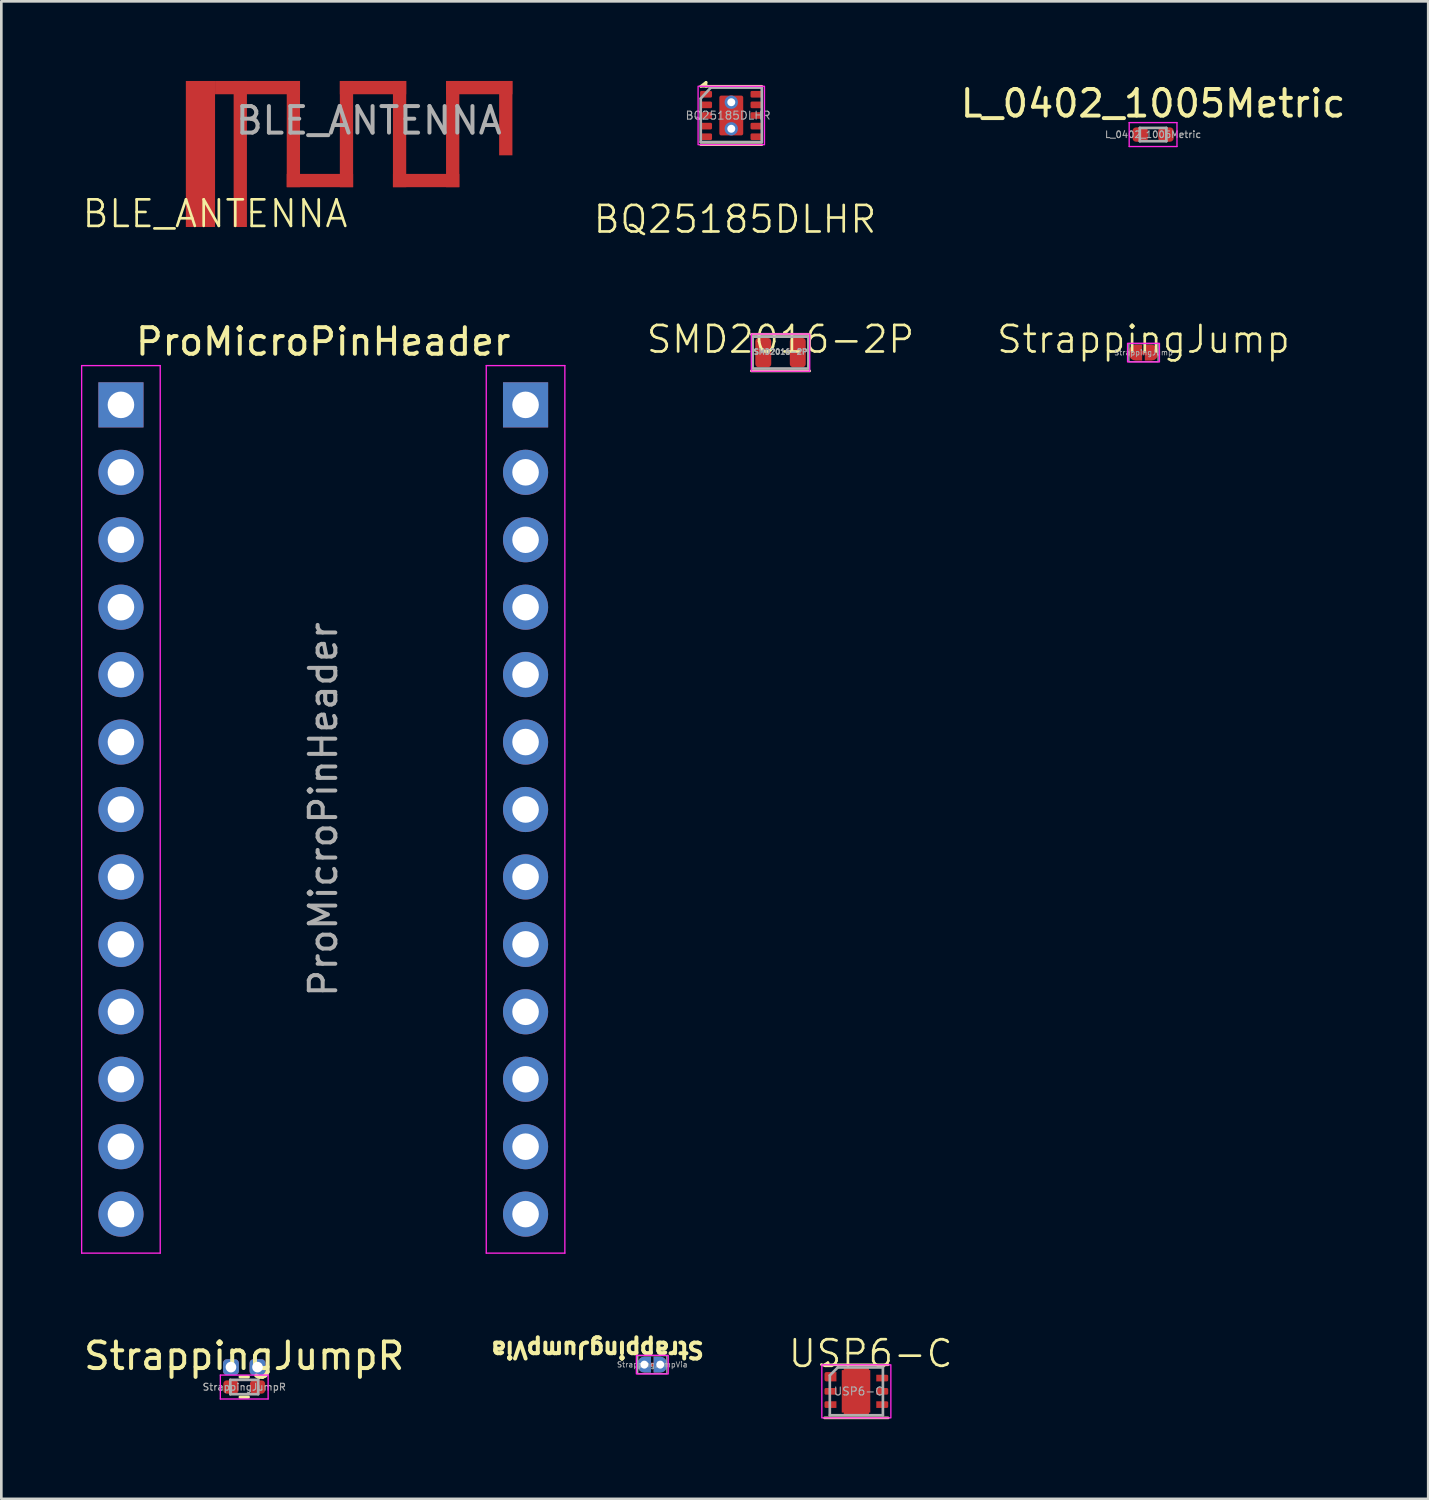
<source format=kicad_pcb>
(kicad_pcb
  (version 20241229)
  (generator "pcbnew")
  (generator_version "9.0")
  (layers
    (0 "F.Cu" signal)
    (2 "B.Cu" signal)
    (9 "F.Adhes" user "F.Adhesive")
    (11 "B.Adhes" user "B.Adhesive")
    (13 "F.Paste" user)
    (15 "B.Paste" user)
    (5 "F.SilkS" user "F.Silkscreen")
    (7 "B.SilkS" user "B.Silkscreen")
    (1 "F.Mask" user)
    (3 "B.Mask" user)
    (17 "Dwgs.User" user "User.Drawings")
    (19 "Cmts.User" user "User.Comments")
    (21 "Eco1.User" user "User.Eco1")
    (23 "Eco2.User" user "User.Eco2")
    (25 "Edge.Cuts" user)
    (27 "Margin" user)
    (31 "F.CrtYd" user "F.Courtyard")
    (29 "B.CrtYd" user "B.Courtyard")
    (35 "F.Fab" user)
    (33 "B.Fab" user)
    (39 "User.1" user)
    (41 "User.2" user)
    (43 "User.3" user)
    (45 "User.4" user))
  (footprint "SMD2016-2P"
    (layer "F.Cu")
    (at 26.348 10.231)
    (property "Reference" "SMD2016-2P" (at 0 -0.5 0) (unlocked yes) (layer "F.SilkS") (effects (font (size 1 1) (thickness 0.1))))
    (attr smd)
    (fp_line (start -1.1 -0.69) (end 1.1 -0.69) (stroke (width 0.1) (type default)) (layer "F.SilkS"))
    (fp_line (start -1.1 0.69) (end 1.1 0.69) (stroke (width 0.1) (type default)) (layer "F.SilkS"))
    (fp_rect (start -1.1 -0.7) (end 1.1 0.7) (stroke (width 0.05) (type solid)) (fill no) (layer "F.CrtYd"))
    (fp_rect (start -1.05 -0.6) (end 1.05 0.6) (stroke (width 0.1) (type default)) (fill no) (layer "F.Fab"))
    (fp_text user "${REFERENCE}" (at 0 -0.03 0) (unlocked yes) (layer "F.Fab") (effects (font (size 0.2 0.2) (thickness 0.055))))
    (pad "1" smd roundrect (at -0.65 0) (size 0.6 1.1) (layers "F.Cu" "F.Mask" "F.Paste") (roundrect_rratio 0.2))
    (pad "2" smd roundrect (at 0.65 0) (size 0.6 1.1) (layers "F.Cu" "F.Mask" "F.Paste") (roundrect_rratio 0.2)))
  (footprint "USP6-C"
    (layer "F.Cu")
    (at 29.204 49.354)
    (property "Reference" "USP6-C" (at 0.54 -1.42 0) (unlocked yes) (layer "F.SilkS") (effects (font (size 1 1) (thickness 0.1))))
    (attr smd)
    (fp_line (start -1.2 -1) (end -1.07 -1.08) (stroke (width 0.1) (type default)) (layer "F.SilkS"))
    (fp_line (start -1.2 -1) (end 1.2 -1) (stroke (width 0.1) (type solid)) (layer "F.SilkS"))
    (fp_line (start -1.2 1) (end 1.2 1) (stroke (width 0.1) (type solid)) (layer "F.SilkS"))
    (fp_line (start -1.07 -1.08) (end -1.05 -1) (stroke (width 0.1) (type default)) (layer "F.SilkS"))
    (fp_rect (start -0.4 -0.6) (end 0.4 -0.3) (stroke (width 0.01) (type default)) (fill yes) (layer "F.Paste"))
    (fp_rect (start -0.4 0.3) (end 0.4 0.6) (stroke (width 0.01) (type default)) (fill yes) (layer "F.Paste"))
    (fp_rect (start -0.25 -0.7) (end 0.25 -0.6) (stroke (width 0.01) (type default)) (fill yes) (layer "F.Paste"))
    (fp_rect (start -0.25 0.6) (end 0.25 0.7) (stroke (width 0.01) (type default)) (fill yes) (layer "F.Paste"))
    (fp_rect (start -1.3 -1) (end 1.3 1) (stroke (width 0.05) (type default)) (fill no) (layer "F.CrtYd"))
    (fp_line (start -1 0.9) (end -1 -0.6) (stroke (width 0.1) (type solid)) (layer "F.Fab"))
    (fp_line (start -1 0.9) (end 1 0.9) (stroke (width 0.1) (type solid)) (layer "F.Fab"))
    (fp_line (start -0.7 -0.9) (end -1 -0.6) (stroke (width 0.1) (type default)) (layer "F.Fab"))
    (fp_line (start -0.7 -0.9) (end 1 -0.9) (stroke (width 0.1) (type solid)) (layer "F.Fab"))
    (fp_line (start 1 0.9) (end 1 -0.9) (stroke (width 0.1) (type default)) (layer "F.Fab"))
    (fp_text user "${REFERENCE}" (at 0.08 0 0) (unlocked yes) (layer "F.Fab") (effects (font (size 0.3 0.3) (thickness 0.04))))
    (pad "" smd rect (at -0.925 -0.55) (size 0.35 0.35) (layers "F.Paste"))
    (pad "" smd rect (at -0.925 0) (size 0.35 0.25) (layers "F.Paste"))
    (pad "" smd rect (at -0.925 0.5) (size 0.35 0.25) (layers "F.Paste"))
    (pad "" smd rect (at 0.925 -0.5) (size 0.35 0.25) (layers "F.Paste"))
    (pad "" smd rect (at 0.925 0) (size 0.35 0.25) (layers "F.Paste"))
    (pad "" smd rect (at 0.925 0.5) (size 0.35 0.25) (layers "F.Paste"))
    (pad "1" smd roundrect (at -0.975 -0.55) (size 0.45 0.35) (layers "F.Cu" "F.Mask") (roundrect_rratio 0.2) (chamfer_ratio 0) (chamfer top_right bottom_right))
    (pad "2" smd roundrect (at -0.975 0) (size 0.45 0.25) (layers "F.Cu" "F.Mask") (roundrect_rratio 0.2) (chamfer_ratio 0) (chamfer top_right bottom_right))
    (pad "3" smd roundrect (at -0.975 0.5) (size 0.45 0.25) (layers "F.Cu" "F.Mask") (roundrect_rratio 0.2) (chamfer_ratio 0) (chamfer top_right bottom_right))
    (pad "4" smd roundrect (at 0.975 0.5) (size 0.45 0.25) (layers "F.Cu" "F.Mask") (roundrect_rratio 0.2) (chamfer_ratio 0) (chamfer top_left bottom_left))
    (pad "5" smd roundrect (at 0.975 0) (size 0.45 0.25) (layers "F.Cu" "F.Mask") (roundrect_rratio 0.2) (chamfer_ratio 0) (chamfer top_left bottom_left))
    (pad "6" smd roundrect (at 0.975 -0.5) (size 0.45 0.25) (layers "F.Cu" "F.Mask") (roundrect_rratio 0.2) (chamfer_ratio 0) (chamfer top_left bottom_left))
    (pad "EP" smd rect (at -0.5 0) (size 0.1 1.6) (layers "F.Cu" "F.Mask"))
    (pad "EP" smd rect (at 0 0) (size 0.95 1.8) (layers "F.Cu" "F.Mask"))
    (pad "EP" smd rect (at 0.475 0) (size 0.1 1.6) (layers "F.Cu" "F.Mask")))
  (footprint "StrappingJump"
    (layer "F.Cu")
    (at 40.019 10.231)
    (property "Reference" "StrappingJump" (at 0 -0.5 0) (unlocked yes) (layer "F.SilkS") (effects (font (size 1 1) (thickness 0.1))))
    (attr smd)
    (fp_line (start -0.21 0) (end 0.21 0) (stroke (width 0.15) (type default)) (layer "F.Cu"))
    (fp_rect (start -0.6 -0.35) (end 0.6 0.35) (stroke (width 0.05) (type default)) (fill no) (layer "F.CrtYd"))
    (fp_rect (start -0.55 -0.34) (end 0.55 0.34) (stroke (width 0.05) (type default)) (fill no) (layer "F.Fab"))
    (fp_text user "${REFERENCE}" (at 0 0 0) (unlocked yes) (layer "F.Fab") (effects (font (size 0.2 0.2) (thickness 0.03))))
    (pad "1" smd roundrect (at -0.3 0) (size 0.5 0.6) (layers "F.Cu" "F.Mask") (roundrect_rratio 0.5) (chamfer_ratio 0) (chamfer top_right bottom_right))
    (pad "2" smd roundrect (at 0.3 0) (size 0.5 0.6) (layers "F.Cu" "F.Mask") (roundrect_rratio 0.5) (chamfer_ratio 0) (chamfer top_left bottom_left)))
  (footprint "StrappingJumpR"
    (layer "F.Cu")
    (at 6.149 49.192)
    (property "Reference" "StrappingJumpR" (at 0 -1.17 0) (layer "F.SilkS") (effects (font (size 1 1) (thickness 0.15))))
    (attr smd)
    (fp_line (start -0.154 -0.38) (end 0.154 -0.38) (stroke (width 0.12) (type solid)) (layer "F.SilkS"))
    (fp_line (start -0.154 0.38) (end 0.154 0.38) (stroke (width 0.12) (type solid)) (layer "F.SilkS"))
    (fp_line (start -0.9 -0.45) (end 0.9 -0.45) (stroke (width 0.05) (type solid)) (layer "F.CrtYd"))
    (fp_line (start -0.9 0.45) (end -0.9 -0.45) (stroke (width 0.05) (type solid)) (layer "F.CrtYd"))
    (fp_line (start 0.9 -0.45) (end 0.9 0.45) (stroke (width 0.05) (type solid)) (layer "F.CrtYd"))
    (fp_line (start 0.9 0.45) (end -0.9 0.45) (stroke (width 0.05) (type solid)) (layer "F.CrtYd"))
    (fp_line (start -0.525 -0.27) (end 0.525 -0.27) (stroke (width 0.1) (type solid)) (layer "F.Fab"))
    (fp_line (start -0.525 0.27) (end -0.525 -0.27) (stroke (width 0.1) (type solid)) (layer "F.Fab"))
    (fp_line (start 0.525 -0.27) (end 0.525 0.27) (stroke (width 0.1) (type solid)) (layer "F.Fab"))
    (fp_line (start 0.525 0.27) (end -0.525 0.27) (stroke (width 0.1) (type solid)) (layer "F.Fab"))
    (fp_text user "${REFERENCE}" (at 0 0 0) (layer "F.Fab") (effects (font (size 0.26 0.26) (thickness 0.04))))
    (pad "1" thru_hole roundrect (at -0.5 -0.75) (size 0.6 0.6) (drill 0.4) (layers "*.Cu" "*.Mask") (roundrect_rratio 0.25))
    (pad "1" smd roundrect (at -0.5 0) (size 0.57 0.5) (layers "F.Cu" "F.Mask" "F.Paste") (roundrect_rratio 0.25))
    (pad "2" thru_hole roundrect (at 0.5 -0.75) (size 0.6 0.6) (drill 0.4) (layers "*.Cu" "*.Mask") (roundrect_rratio 0.25))
    (pad "2" smd roundrect (at 0.5 0) (size 0.57 0.5) (layers "F.Cu" "F.Mask" "F.Paste") (roundrect_rratio 0.25)))
  (footprint "BQ25185DLHR"
    (layer "F.Cu")
    (at 24.493 1.3)
    (property "Reference" "BQ25185DLHR" (at 0.14 3.91 0) (unlocked yes) (layer "F.SilkS") (effects (font (size 1 1) (thickness 0.1))))
    (attr smd)
    (fp_line (start -0.95 -1.25) (end -1.15 -1.1) (stroke (width 0.1) (type default)) (layer "F.SilkS"))
    (fp_line (start -0.95 -1.1) (end -0.95 -1.25) (stroke (width 0.1) (type default)) (layer "F.SilkS"))
    (fp_line (start 1.15 -1.1) (end -1.15 -1.1) (stroke (width 0.1) (type solid)) (layer "F.SilkS"))
    (fp_line (start 1.15 1.1) (end -1.15 1.1) (stroke (width 0.1) (type solid)) (layer "F.SilkS"))
    (fp_rect (start -1.25 -1.1) (end 1.25 1.1) (stroke (width 0.05) (type default)) (fill no) (layer "F.CrtYd"))
    (fp_line (start -1.15 1) (end -1.15 -0.64) (stroke (width 0.1) (type default)) (layer "F.Fab"))
    (fp_line (start -1.15 1) (end 1.15 1) (stroke (width 0.1) (type solid)) (layer "F.Fab"))
    (fp_line (start -0.78 -1.05) (end 1.15 -1.05) (stroke (width 0.1) (type solid)) (layer "F.Fab"))
    (fp_line (start -0.78 -1.04) (end -1.15 -0.64) (stroke (width 0.1) (type default)) (layer "F.Fab"))
    (fp_line (start 1.15 -1.05) (end 1.15 1) (stroke (width 0.1) (type default)) (layer "F.Fab"))
    (fp_text user "${REFERENCE}" (at -0.12 0 0) (unlocked yes) (layer "F.Fab") (effects (font (size 0.3 0.3) (thickness 0.04))))
    (pad "1" smd roundrect (at -0.95 -0.8) (size 0.45 0.25) (layers "F.Cu" "F.Mask" "F.Paste") (roundrect_rratio 0.2))
    (pad "2" smd roundrect (at -0.95 -0.4) (size 0.45 0.25) (layers "F.Cu" "F.Mask" "F.Paste") (roundrect_rratio 0.2))
    (pad "3" smd roundrect (at -0.95 0) (size 0.45 0.25) (layers "F.Cu" "F.Mask" "F.Paste") (roundrect_rratio 0.2))
    (pad "4" smd roundrect (at -0.95 0.4) (size 0.45 0.25) (layers "F.Cu" "F.Mask" "F.Paste") (roundrect_rratio 0.2))
    (pad "5" smd roundrect (at -0.95 0.8) (size 0.45 0.25) (layers "F.Cu" "F.Mask" "F.Paste") (roundrect_rratio 0.2))
    (pad "6" smd roundrect (at 0.95 0.8) (size 0.45 0.25) (layers "F.Cu" "F.Mask" "F.Paste") (roundrect_rratio 0.2))
    (pad "7" smd roundrect (at 0.95 0.4) (size 0.45 0.25) (layers "F.Cu" "F.Mask" "F.Paste") (roundrect_rratio 0.2))
    (pad "8" smd roundrect (at 0.95 0) (size 0.45 0.25) (layers "F.Cu" "F.Mask" "F.Paste") (roundrect_rratio 0.2))
    (pad "9" smd roundrect (at 0.95 -0.4) (size 0.45 0.25) (layers "F.Cu" "F.Mask" "F.Paste") (roundrect_rratio 0.2))
    (pad "10" smd roundrect (at 0.95 -0.8) (size 0.45 0.25) (layers "F.Cu" "F.Mask" "F.Paste") (roundrect_rratio 0.2))
    (pad "11" thru_hole circle (at 0 -0.5) (size 0.5 0.5) (drill 0.3) (layers "*.Cu" "*.Mask"))
    (pad "11" smd roundrect (at 0 0) (size 0.9 1.5) (layers "F.Cu" "F.Mask" "F.Paste") (roundrect_rratio 0.08))
    (pad "11" thru_hole circle (at 0 0.5) (size 0.5 0.5) (drill 0.3) (layers "*.Cu" "*.Mask")))
  (footprint "BLE_ANTENNA"
    (layer "F.Cu")
    (at 5.05 5.5)
    (property "Reference" "BLE_ANTENNA" (at 0 -0.5 0) (unlocked yes) (layer "F.SilkS") (effects (font (size 1 1) (thickness 0.1))))
    (attr smd)
    (fp_text user "${REFERENCE}" (at 5.79 -4.01 0) (unlocked yes) (layer "F.Fab") (effects (font (size 1 1) (thickness 0.15))))
    (pad "1" smd rect (at 0.95 -2.75) (size 0.5 5.5) (layers "F.Cu"))
    (pad "1" smd rect (at 1.6 -5.25 90) (size 0.5 3.2) (layers "F.Cu"))
    (pad "1" smd rect (at 2.95 -3.5 180) (size 0.5 4) (layers "F.Cu"))
    (pad "1" smd rect (at 3.95 -1.75 90) (size 0.5 2.5) (layers "F.Cu"))
    (pad "1" smd rect (at 4.95 -3.5 180) (size 0.5 4) (layers "F.Cu"))
    (pad "1" smd rect (at 5.95 -5.25 90) (size 0.5 2.5) (layers "F.Cu"))
    (pad "1" smd rect (at 6.95 -3.5 180) (size 0.5 4) (layers "F.Cu"))
    (pad "1" smd rect (at 7.95 -1.75 90) (size 0.5 2.5) (layers "F.Cu"))
    (pad "1" smd rect (at 8.95 -3.5 180) (size 0.5 4) (layers "F.Cu"))
    (pad "1" smd rect (at 9.95 -5.25 90) (size 0.5 2.5) (layers "F.Cu"))
    (pad "1" smd rect (at 10.95 -4.1 180) (size 0.5 2.8) (layers "F.Cu"))
    (pad "2" smd rect (at -0.55 -2.75) (size 1.1 5.5) (layers "F.Cu")))
  (footprint "ProMicroPinHeader"
    (layer "F.Cu")
    (at 9.125 12.199)
    (property "Reference" "ProMicroPinHeader" (at 0 -2.38 0) (layer "F.SilkS") (effects (font (size 1 1) (thickness 0.15))))
    (attr through_hole)
    (fp_line (start -9.1 -1.48) (end -9.1 31.95) (stroke (width 0.05) (type solid)) (layer "F.CrtYd"))
    (fp_line (start -9.1 -1.48) (end -6.14 -1.48) (stroke (width 0.05) (type solid)) (layer "F.CrtYd"))
    (fp_line (start -9.1 31.95) (end -6.14 31.95) (stroke (width 0.05) (type solid)) (layer "F.CrtYd"))
    (fp_line (start -6.14 31.95) (end -6.14 -1.48) (stroke (width 0.05) (type solid)) (layer "F.CrtYd"))
    (fp_line (start 6.14 -1.48) (end 9.1 -1.48) (stroke (width 0.05) (type solid)) (layer "F.CrtYd"))
    (fp_line (start 6.14 31.95) (end 6.14 -1.48) (stroke (width 0.05) (type solid)) (layer "F.CrtYd"))
    (fp_line (start 6.14 31.95) (end 9.1 31.95) (stroke (width 0.05) (type default)) (layer "F.CrtYd"))
    (fp_line (start 9.1 31.95) (end 9.1 -1.48) (stroke (width 0.05) (type solid)) (layer "F.CrtYd"))
    (fp_text user "${REFERENCE}" (at 0 15.24 90) (layer "F.Fab") (effects (font (size 1 1) (thickness 0.15))))
    (pad "1" thru_hole rect (at -7.62 0) (size 1.7 1.7) (drill 1) (layers "*.Cu" "*.Mask"))
    (pad "2" thru_hole circle (at -7.62 2.54) (size 1.7 1.7) (drill 1) (layers "*.Cu" "*.Mask"))
    (pad "3" thru_hole circle (at -7.62 5.08) (size 1.7 1.7) (drill 1) (layers "*.Cu" "*.Mask"))
    (pad "4" thru_hole circle (at -7.62 7.62) (size 1.7 1.7) (drill 1) (layers "*.Cu" "*.Mask"))
    (pad "5" thru_hole circle (at -7.62 10.16) (size 1.7 1.7) (drill 1) (layers "*.Cu" "*.Mask"))
    (pad "6" thru_hole circle (at -7.62 12.7) (size 1.7 1.7) (drill 1) (layers "*.Cu" "*.Mask"))
    (pad "7" thru_hole circle (at -7.62 15.24) (size 1.7 1.7) (drill 1) (layers "*.Cu" "*.Mask"))
    (pad "8" thru_hole circle (at -7.62 17.78) (size 1.7 1.7) (drill 1) (layers "*.Cu" "*.Mask"))
    (pad "9" thru_hole circle (at -7.62 20.32) (size 1.7 1.7) (drill 1) (layers "*.Cu" "*.Mask"))
    (pad "10" thru_hole circle (at -7.62 22.86) (size 1.7 1.7) (drill 1) (layers "*.Cu" "*.Mask"))
    (pad "11" thru_hole circle (at -7.62 25.4) (size 1.7 1.7) (drill 1) (layers "*.Cu" "*.Mask"))
    (pad "12" thru_hole circle (at -7.62 27.94) (size 1.7 1.7) (drill 1) (layers "*.Cu" "*.Mask"))
    (pad "13" thru_hole circle (at -7.62 30.48) (size 1.7 1.7) (drill 1) (layers "*.Cu" "*.Mask"))
    (pad "14" thru_hole circle (at 7.62 30.48) (size 1.7 1.7) (drill 1) (layers "*.Cu" "*.Mask"))
    (pad "15" thru_hole circle (at 7.62 27.94) (size 1.7 1.7) (drill 1) (layers "*.Cu" "*.Mask"))
    (pad "16" thru_hole circle (at 7.62 25.4) (size 1.7 1.7) (drill 1) (layers "*.Cu" "*.Mask"))
    (pad "17" thru_hole circle (at 7.62 22.86) (size 1.7 1.7) (drill 1) (layers "*.Cu" "*.Mask"))
    (pad "18" thru_hole circle (at 7.62 20.32) (size 1.7 1.7) (drill 1) (layers "*.Cu" "*.Mask"))
    (pad "19" thru_hole circle (at 7.62 17.78) (size 1.7 1.7) (drill 1) (layers "*.Cu" "*.Mask"))
    (pad "20" thru_hole circle (at 7.62 15.24) (size 1.7 1.7) (drill 1) (layers "*.Cu" "*.Mask"))
    (pad "21" thru_hole circle (at 7.62 12.7) (size 1.7 1.7) (drill 1) (layers "*.Cu" "*.Mask"))
    (pad "22" thru_hole circle (at 7.62 10.16) (size 1.7 1.7) (drill 1) (layers "*.Cu" "*.Mask"))
    (pad "23" thru_hole circle (at 7.62 7.62) (size 1.7 1.7) (drill 1) (layers "*.Cu" "*.Mask"))
    (pad "24" thru_hole circle (at 7.62 5.08) (size 1.7 1.7) (drill 1) (layers "*.Cu" "*.Mask"))
    (pad "25" thru_hole circle (at 7.62 2.54) (size 1.7 1.7) (drill 1) (layers "*.Cu" "*.Mask"))
    (pad "26" thru_hole rect (at 7.62 0) (size 1.7 1.7) (drill 1) (layers "*.Cu" "*.Mask")))
  (footprint "StrappingJumpVia"
    (layer "F.Cu")
    (at 21.518 48.348)
    (property "Reference" "StrappingJumpVia" (at -2.07 -0.56 180) (unlocked yes) (layer "F.SilkS") (effects (font (size 0.6 0.6) (thickness 0.15) (bold yes))))
    (attr smd)
    (fp_line (start -0.21 0) (end 0.21 0) (stroke (width 0.15) (type default)) (layer "F.Cu"))
    (fp_poly (pts (xy -0.6 -0.35) (xy -0.6 0.35) (xy 0.6 0.35) (xy 0.6 -0.35)) (stroke (width 0.05) (type default)) (fill no) (layer "F.CrtYd"))
    (fp_poly (pts (xy -0.55 -0.34) (xy -0.55 0.34) (xy 0.55 0.34) (xy 0.55 -0.34)) (stroke (width 0.05) (type default)) (fill no) (layer "F.Fab"))
    (fp_text user "${REFERENCE}" (at 0 0 0) (unlocked yes) (layer "F.Fab") (effects (font (size 0.2 0.2) (thickness 0.03))))
    (pad "1" thru_hole roundrect (at -0.3 0) (size 0.5 0.6) (drill 0.3) (layers "*.Cu" "*.Mask") (roundrect_rratio 0.5) (chamfer_ratio 0) (chamfer top_right bottom_right))
    (pad "2" thru_hole roundrect (at 0.3 0) (size 0.5 0.6) (drill 0.3) (layers "*.Cu" "*.Mask") (roundrect_rratio 0.5) (chamfer_ratio 0) (chamfer top_left bottom_left)))
  (footprint "L_0402_1005Metric"
    (layer "F.Cu")
    (at 40.38 2.018)
    (property "Reference" "L_0402_1005Metric" (at 0 -1.17 0) (layer "F.SilkS") (effects (font (size 1 1) (thickness 0.15))))
    (attr smd)
    (fp_line (start -0.9 -0.45) (end 0.9 -0.45) (stroke (width 0.05) (type solid)) (layer "F.CrtYd"))
    (fp_line (start -0.9 0.45) (end -0.9 -0.45) (stroke (width 0.05) (type solid)) (layer "F.CrtYd"))
    (fp_line (start 0.9 -0.45) (end 0.9 0.45) (stroke (width 0.05) (type solid)) (layer "F.CrtYd"))
    (fp_line (start 0.9 0.45) (end -0.9 0.45) (stroke (width 0.05) (type solid)) (layer "F.CrtYd"))
    (fp_line (start -0.5 -0.25) (end 0.5 -0.25) (stroke (width 0.1) (type solid)) (layer "F.Fab"))
    (fp_line (start -0.5 0.25) (end -0.5 -0.25) (stroke (width 0.1) (type solid)) (layer "F.Fab"))
    (fp_line (start 0.5 -0.25) (end 0.5 0.25) (stroke (width 0.1) (type solid)) (layer "F.Fab"))
    (fp_line (start 0.5 0.25) (end -0.5 0.25) (stroke (width 0.1) (type solid)) (layer "F.Fab"))
    (fp_text user "${REFERENCE}" (at 0 0 0) (layer "F.Fab") (effects (font (size 0.25 0.25) (thickness 0.04))))
    (pad "1" smd roundrect (at -0.485 0) (size 0.58 0.54) (layers "F.Cu" "F.Mask" "F.Paste") (roundrect_rratio 0.25))
    (pad "2" smd roundrect (at 0.485 0) (size 0.58 0.54) (layers "F.Cu" "F.Mask" "F.Paste") (roundrect_rratio 0.25)))
  (gr_rect
    (start -3 -3)
    (end 50.743 53.404)
    (stroke (width 0.1) (type default))
    (fill no)
    (layer "Edge.Cuts")))
</source>
